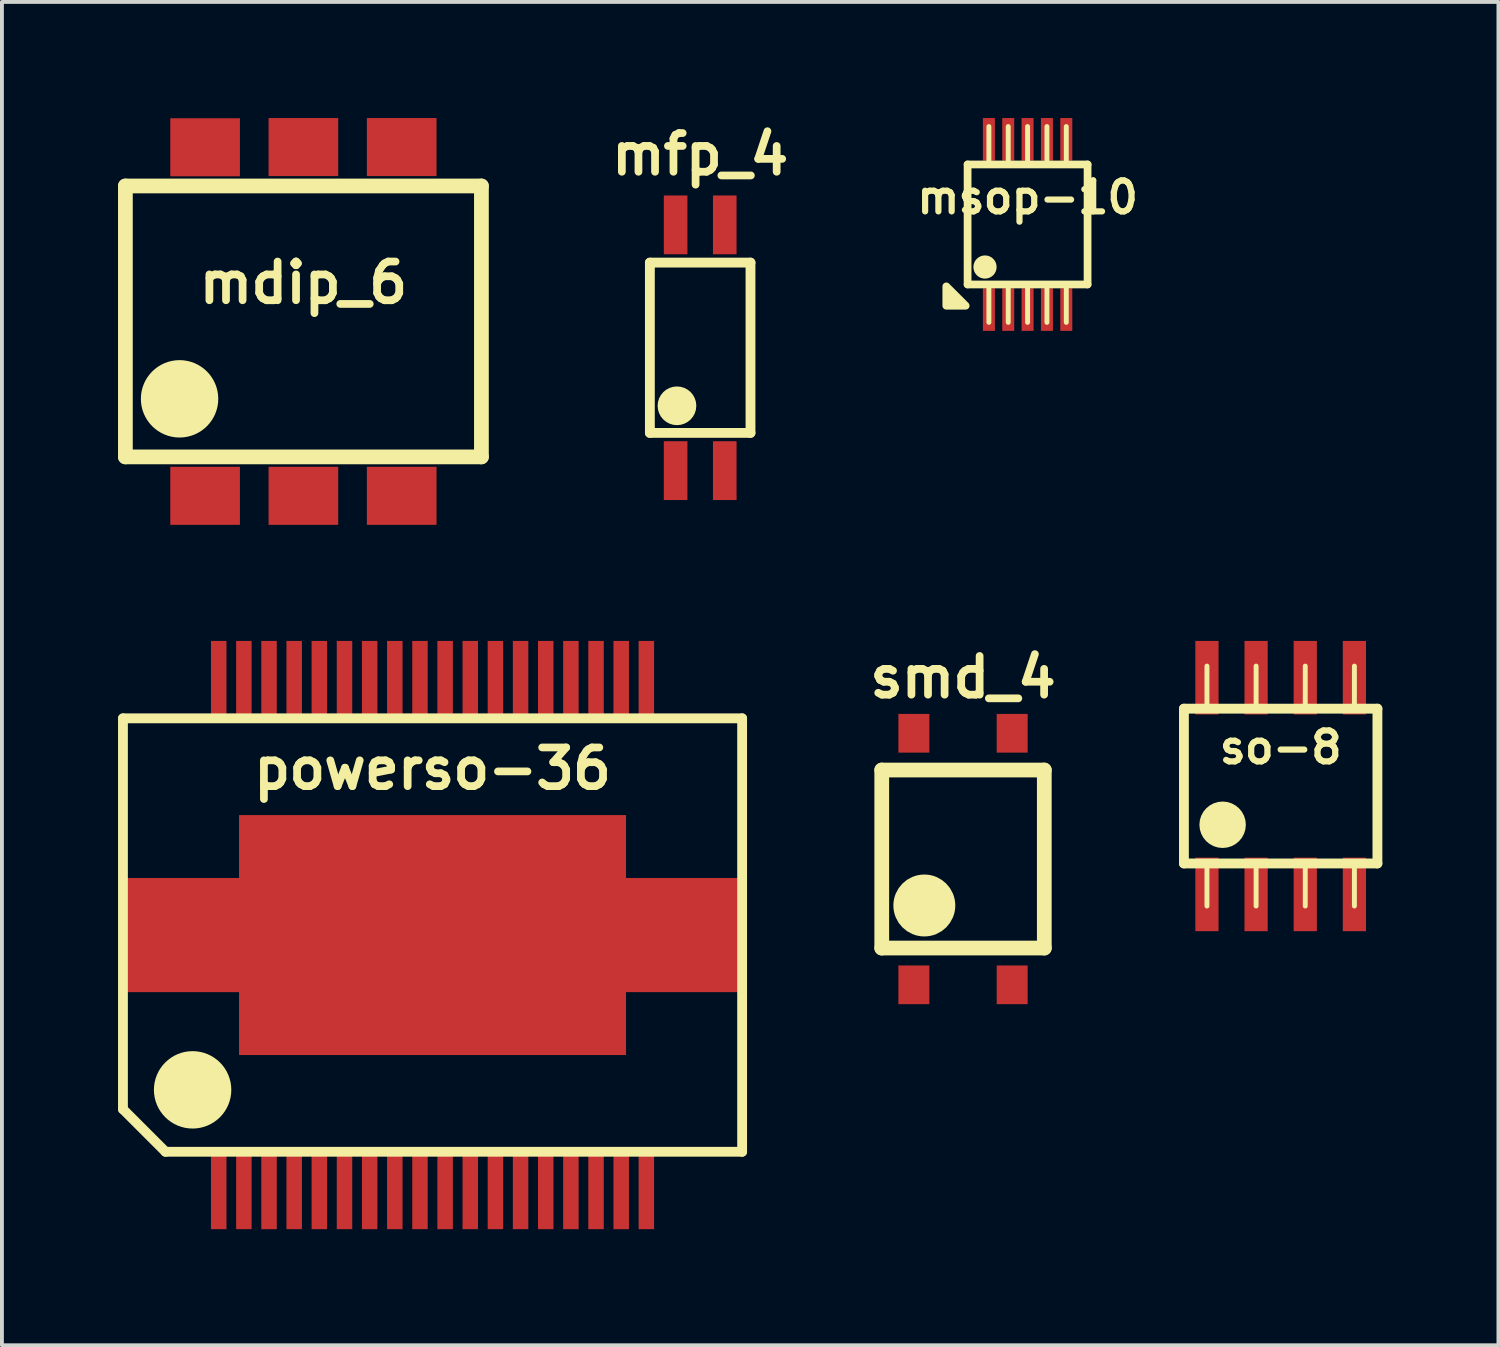
<source format=kicad_pcb>
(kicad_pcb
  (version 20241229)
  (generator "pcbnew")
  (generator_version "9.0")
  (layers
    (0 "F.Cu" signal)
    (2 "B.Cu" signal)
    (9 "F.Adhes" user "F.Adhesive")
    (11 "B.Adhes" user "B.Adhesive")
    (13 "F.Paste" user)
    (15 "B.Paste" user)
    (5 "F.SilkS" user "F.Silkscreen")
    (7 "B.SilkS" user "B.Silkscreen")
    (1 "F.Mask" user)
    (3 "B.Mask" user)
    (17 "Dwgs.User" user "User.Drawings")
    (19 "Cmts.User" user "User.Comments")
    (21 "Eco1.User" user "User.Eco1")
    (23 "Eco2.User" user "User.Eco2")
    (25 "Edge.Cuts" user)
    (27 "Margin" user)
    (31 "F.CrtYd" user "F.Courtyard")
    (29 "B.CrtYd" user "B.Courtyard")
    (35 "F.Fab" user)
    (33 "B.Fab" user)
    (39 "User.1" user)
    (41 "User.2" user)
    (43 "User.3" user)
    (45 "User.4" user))
  (footprint "smd_4"
    (layer "F.Cu")
    (at 21.835 19.148)
    (property "Reference" "smd_4" (at 0 -4.7 0) (layer "F.SilkS") (effects (font (size 1 1) (thickness 0.2))))
    (attr smd)
    (fp_line (start -2.1 -2.3) (end -2.1 2.3) (stroke (width 0.381) (type solid)) (layer "F.SilkS"))
    (fp_line (start -2.1 2.3) (end 2.1 2.3) (stroke (width 0.381) (type solid)) (layer "F.SilkS"))
    (fp_line (start 2.1 -2.3) (end -2.1 -2.3) (stroke (width 0.381) (type solid)) (layer "F.SilkS"))
    (fp_line (start 2.1 2.3) (end 2.1 -2.3) (stroke (width 0.381) (type solid)) (layer "F.SilkS"))
    (fp_circle (center -1 1.2) (end -0.6 1.2) (stroke (width 0.8) (type solid)) (fill no) (layer "F.SilkS"))
    (pad "1" smd rect (at -1.27 3.25) (size 0.8 1) (layers "F.Cu" "F.Mask" "F.Paste"))
    (pad "2" smd rect (at 1.27 3.25) (size 0.8 1) (layers "F.Cu" "F.Mask" "F.Paste"))
    (pad "3" smd rect (at 1.27 -3.25) (size 0.8 1) (layers "F.Cu" "F.Mask" "F.Paste"))
    (pad "4" smd rect (at -1.27 -3.25) (size 0.8 1) (layers "F.Cu" "F.Mask" "F.Paste")))
  (footprint "mdip_6"
    (layer "F.Cu")
    (at 4.79 5.256)
    (property "Reference" "mdip_6" (at 0 -1 0) (layer "F.SilkS") (effects (font (size 1 1) (thickness 0.2))))
    (attr smd)
    (fp_line (start -4.6 -3.5) (end -4.6 3.5) (stroke (width 0.381) (type solid)) (layer "F.SilkS"))
    (fp_line (start -4.6 3.5) (end 4.6 3.5) (stroke (width 0.381) (type solid)) (layer "F.SilkS"))
    (fp_line (start 4.6 -3.5) (end -4.6 -3.5) (stroke (width 0.381) (type solid)) (layer "F.SilkS"))
    (fp_line (start 4.6 3.5) (end 4.6 -3.5) (stroke (width 0.381) (type solid)) (layer "F.SilkS"))
    (fp_circle (center -3.2 2) (end -2.7 2) (stroke (width 1) (type solid)) (fill no) (layer "F.SilkS"))
    (pad "1" smd rect (at -2.54 4.506) (size 1.8 1.5) (layers "F.Cu" "F.Mask" "F.Paste"))
    (pad "2" smd rect (at 0 4.506) (size 1.8 1.5) (layers "F.Cu" "F.Mask" "F.Paste"))
    (pad "3" smd rect (at 2.54 4.506) (size 1.8 1.5) (layers "F.Cu" "F.Mask" "F.Paste"))
    (pad "4" smd rect (at 2.54 -4.506) (size 1.8 1.5) (layers "F.Cu" "F.Mask" "F.Paste"))
    (pad "5" smd rect (at 0 -4.506) (size 1.8 1.5) (layers "F.Cu" "F.Mask" "F.Paste"))
    (pad "6" smd rect (at -2.54 -4.5) (size 1.8 1.5) (layers "F.Cu" "F.Mask" "F.Paste")))
  (footprint "so-8"
    (layer "F.Cu")
    (at 30.043 17.262)
    (property "Reference" "so-8" (at 0 -1 0) (layer "F.SilkS") (effects (font (size 0.8 0.8) (thickness 0.16))))
    (attr smd)
    (fp_line (start -2.5 -2) (end -2.5 2) (stroke (width 0.254) (type solid)) (layer "F.SilkS"))
    (fp_line (start -2.5 2) (end 2.5 2) (stroke (width 0.254) (type solid)) (layer "F.SilkS"))
    (fp_line (start -1.905 -2) (end -1.905 -3.1) (stroke (width 0.127) (type solid)) (layer "F.SilkS"))
    (fp_line (start -1.905 3.1) (end -1.905 2) (stroke (width 0.127) (type solid)) (layer "F.SilkS"))
    (fp_line (start -0.635 -2) (end -0.635 -3.1) (stroke (width 0.127) (type solid)) (layer "F.SilkS"))
    (fp_line (start -0.635 3.1) (end -0.635 2) (stroke (width 0.127) (type solid)) (layer "F.SilkS"))
    (fp_line (start 0.635 -2) (end 0.635 -3.1) (stroke (width 0.127) (type solid)) (layer "F.SilkS"))
    (fp_line (start 0.635 3.1) (end 0.635 2) (stroke (width 0.127) (type solid)) (layer "F.SilkS"))
    (fp_line (start 1.905 -3.1) (end 1.905 -2) (stroke (width 0.127) (type solid)) (layer "F.SilkS"))
    (fp_line (start 1.905 2) (end 1.905 3.1) (stroke (width 0.127) (type solid)) (layer "F.SilkS"))
    (fp_line (start 2.5 -2) (end -2.5 -2) (stroke (width 0.254) (type solid)) (layer "F.SilkS"))
    (fp_line (start 2.5 2) (end 2.5 -2) (stroke (width 0.254) (type solid)) (layer "F.SilkS"))
    (fp_circle (center -1.5 1) (end -1.2 1) (stroke (width 0.6) (type solid)) (fill no) (layer "F.SilkS"))
    (pad "1" smd rect (at -1.905 2.8) (size 0.6 1.9) (layers "F.Cu" "F.Mask" "F.Paste"))
    (pad "2" smd rect (at -0.635 2.8) (size 0.6 1.9) (layers "F.Cu" "F.Mask" "F.Paste"))
    (pad "3" smd rect (at 0.635 2.8) (size 0.6 1.9) (layers "F.Cu" "F.Mask" "F.Paste"))
    (pad "4" smd rect (at 1.905 2.8) (size 0.6 1.9) (layers "F.Cu" "F.Mask" "F.Paste"))
    (pad "5" smd rect (at 1.905 -2.8) (size 0.6 1.9) (layers "F.Cu" "F.Mask" "F.Paste"))
    (pad "6" smd rect (at 0.635 -2.8) (size 0.6 1.9) (layers "F.Cu" "F.Mask" "F.Paste"))
    (pad "7" smd rect (at -0.635 -2.8) (size 0.6 1.9) (layers "F.Cu" "F.Mask" "F.Paste"))
    (pad "8" smd rect (at -1.905 -2.8) (size 0.6 1.9) (layers "F.Cu" "F.Mask" "F.Paste")))
  (footprint "powerso-36"
    (layer "F.Cu")
    (at 8.127 21.112)
    (property "Reference" "powerso-36" (at 0 -4.3 0) (layer "F.SilkS") (effects (font (size 1 1) (thickness 0.2))))
    (attr smd)
    (fp_line (start -8 -5.6) (end 8 -5.6) (stroke (width 0.254) (type solid)) (layer "F.SilkS"))
    (fp_line (start -8 4.5) (end -8 -5.6) (stroke (width 0.254) (type solid)) (layer "F.SilkS"))
    (fp_line (start -6.9 5.6) (end -8 4.5) (stroke (width 0.254) (type solid)) (layer "F.SilkS"))
    (fp_line (start -6.9 5.6) (end 8 5.6) (stroke (width 0.254) (type solid)) (layer "F.SilkS"))
    (fp_line (start 8 -5.6) (end 8 5.6) (stroke (width 0.254) (type solid)) (layer "F.SilkS"))
    (fp_circle (center -6.2 4) (end -5.7 4) (stroke (width 1) (type solid)) (fill no) (layer "F.SilkS"))
    (pad "" smd rect (at -6.4 0) (size 2.7 2.7) (layers "F.Paste"))
    (pad "" smd rect (at -3.7 -1.5) (size 2.3 2.8) (layers "F.Paste"))
    (pad "" smd rect (at -3.7 1.5) (size 2.3 2.8) (layers "F.Paste"))
    (pad "" smd rect (at -1.2 -1.5) (size 2.2 2.8) (layers "F.Paste"))
    (pad "" smd rect (at -1.2 1.5) (size 2.2 2.8) (layers "F.Paste"))
    (pad "" smd rect (at 1.2 -1.5) (size 2.2 2.8) (layers "F.Paste"))
    (pad "" smd rect (at 1.2 1.5) (size 2.2 2.8) (layers "F.Paste"))
    (pad "" smd rect (at 3.7 -1.5) (size 2.3 2.8) (layers "F.Paste"))
    (pad "" smd rect (at 3.7 1.5) (size 2.3 2.8) (layers "F.Paste"))
    (pad "" smd rect (at 6.4 0) (size 2.7 2.7) (layers "F.Paste"))
    (pad "1" smd rect (at -5.525 6.65) (size 0.4 1.9) (layers "F.Cu" "F.Mask" "F.Paste"))
    (pad "2" smd rect (at -4.875 6.65) (size 0.4 1.9) (layers "F.Cu" "F.Mask" "F.Paste"))
    (pad "3" smd rect (at -4.225 6.65) (size 0.4 1.9) (layers "F.Cu" "F.Mask" "F.Paste"))
    (pad "4" smd rect (at -3.575 6.65) (size 0.4 1.9) (layers "F.Cu" "F.Mask" "F.Paste"))
    (pad "5" smd rect (at -2.925 6.65) (size 0.4 1.9) (layers "F.Cu" "F.Mask" "F.Paste"))
    (pad "6" smd rect (at -2.275 6.65) (size 0.4 1.9) (layers "F.Cu" "F.Mask" "F.Paste"))
    (pad "7" smd rect (at -1.625 6.65) (size 0.4 1.9) (layers "F.Cu" "F.Mask" "F.Paste"))
    (pad "8" smd rect (at -0.975 6.65) (size 0.4 1.9) (layers "F.Cu" "F.Mask" "F.Paste"))
    (pad "9" smd rect (at -0.325 6.65) (size 0.4 1.9) (layers "F.Cu" "F.Mask" "F.Paste"))
    (pad "10" smd rect (at 0.325 6.65) (size 0.4 1.9) (layers "F.Cu" "F.Mask" "F.Paste"))
    (pad "11" smd rect (at 0.975 6.65) (size 0.4 1.9) (layers "F.Cu" "F.Mask" "F.Paste"))
    (pad "12" smd rect (at 1.625 6.65) (size 0.4 1.9) (layers "F.Cu" "F.Mask" "F.Paste"))
    (pad "13" smd rect (at 2.275 6.65) (size 0.4 1.9) (layers "F.Cu" "F.Mask" "F.Paste"))
    (pad "14" smd rect (at 2.925 6.65) (size 0.4 1.9) (layers "F.Cu" "F.Mask" "F.Paste"))
    (pad "15" smd rect (at 3.575 6.65) (size 0.4 1.9) (layers "F.Cu" "F.Mask" "F.Paste"))
    (pad "16" smd rect (at 4.225 6.65) (size 0.4 1.9) (layers "F.Cu" "F.Mask" "F.Paste"))
    (pad "17" smd rect (at 4.875 6.65) (size 0.4 1.9) (layers "F.Cu" "F.Mask" "F.Paste"))
    (pad "18" smd rect (at 5.525 6.65) (size 0.4 1.9) (layers "F.Cu" "F.Mask" "F.Paste"))
    (pad "19" smd rect (at 5.525 -6.65) (size 0.4 1.9) (layers "F.Cu" "F.Mask" "F.Paste"))
    (pad "20" smd rect (at 4.875 -6.65) (size 0.4 1.9) (layers "F.Cu" "F.Mask" "F.Paste"))
    (pad "21" smd rect (at 4.225 -6.65) (size 0.4 1.9) (layers "F.Cu" "F.Mask" "F.Paste"))
    (pad "22" smd rect (at 3.575 -6.65) (size 0.4 1.9) (layers "F.Cu" "F.Mask" "F.Paste"))
    (pad "23" smd rect (at 2.925 -6.65) (size 0.4 1.9) (layers "F.Cu" "F.Mask" "F.Paste"))
    (pad "24" smd rect (at 2.275 -6.65) (size 0.4 1.9) (layers "F.Cu" "F.Mask" "F.Paste"))
    (pad "25" smd rect (at 1.625 -6.65) (size 0.4 1.9) (layers "F.Cu" "F.Mask" "F.Paste"))
    (pad "26" smd rect (at 0.975 -6.65) (size 0.4 1.9) (layers "F.Cu" "F.Mask" "F.Paste"))
    (pad "27" smd rect (at 0.325 -6.65) (size 0.4 1.9) (layers "F.Cu" "F.Mask" "F.Paste"))
    (pad "28" smd rect (at -0.325 -6.65) (size 0.4 1.9) (layers "F.Cu" "F.Mask" "F.Paste"))
    (pad "29" smd rect (at -0.975 -6.65) (size 0.4 1.9) (layers "F.Cu" "F.Mask" "F.Paste"))
    (pad "30" smd rect (at -1.625 -6.65) (size 0.4 1.9) (layers "F.Cu" "F.Mask" "F.Paste"))
    (pad "31" smd rect (at -2.275 -6.65) (size 0.4 1.9) (layers "F.Cu" "F.Mask" "F.Paste"))
    (pad "32" smd rect (at -2.925 -6.65) (size 0.4 1.9) (layers "F.Cu" "F.Mask" "F.Paste"))
    (pad "33" smd rect (at -3.575 -6.65) (size 0.4 1.9) (layers "F.Cu" "F.Mask" "F.Paste"))
    (pad "34" smd rect (at -4.225 -6.65) (size 0.4 1.9) (layers "F.Cu" "F.Mask" "F.Paste"))
    (pad "35" smd rect (at -4.875 -6.65) (size 0.4 1.9) (layers "F.Cu" "F.Mask" "F.Paste"))
    (pad "36" smd rect (at -5.525 -6.65) (size 0.4 1.9) (layers "F.Cu" "F.Mask" "F.Paste"))
    (pad "37" smd rect (at 0 0) (size 10 6.2) (layers "F.Cu" "F.Mask"))
    (pad "37" smd rect (at 0 0) (size 16 2.95) (layers "F.Cu" "F.Mask")))
  (footprint "mfp_4"
    (layer "F.Cu")
    (at 15.043 5.936)
    (property "Reference" "mfp_4" (at 0 -5 0) (layer "F.SilkS") (effects (font (size 1 1) (thickness 0.2))))
    (attr smd)
    (fp_line (start -1.3 -2.2) (end -1.3 2.2) (stroke (width 0.254) (type solid)) (layer "F.SilkS"))
    (fp_line (start -1.3 2.2) (end 1.3 2.2) (stroke (width 0.254) (type solid)) (layer "F.SilkS"))
    (fp_line (start 1.3 -2.2) (end -1.3 -2.2) (stroke (width 0.254) (type solid)) (layer "F.SilkS"))
    (fp_line (start 1.3 2.2) (end 1.3 -2.2) (stroke (width 0.254) (type solid)) (layer "F.SilkS"))
    (fp_circle (center -0.6 1.5) (end -0.35 1.5) (stroke (width 0.5) (type solid)) (fill no) (layer "F.SilkS"))
    (pad "1" smd rect (at -0.635 3.175) (size 0.61 1.52) (layers "F.Cu" "F.Mask" "F.Paste"))
    (pad "2" smd rect (at 0.635 3.175) (size 0.61 1.52) (layers "F.Cu" "F.Mask" "F.Paste"))
    (pad "3" smd rect (at 0.635 -3.175) (size 0.61 1.52) (layers "F.Cu" "F.Mask" "F.Paste"))
    (pad "4" smd rect (at -0.635 -3.175) (size 0.61 1.52) (layers "F.Cu" "F.Mask" "F.Paste")))
  (footprint "msop-10"
    (layer "F.Cu")
    (at 23.503 2.75)
    (property "Reference" "msop-10" (at 0 -0.7 0) (layer "F.SilkS") (effects (font (size 0.8 0.8) (thickness 0.16))))
    (attr smd)
    (fp_line (start -1.55 -1.55) (end -1.55 1.55) (stroke (width 0.2) (type solid)) (layer "F.SilkS"))
    (fp_line (start -1.55 -1.55) (end 1.55 -1.55) (stroke (width 0.2) (type solid)) (layer "F.SilkS"))
    (fp_line (start -1.55 1.55) (end 1.55 1.55) (stroke (width 0.2) (type solid)) (layer "F.SilkS"))
    (fp_line (start -1 -2.53) (end -1 -1.55) (stroke (width 0.127) (type solid)) (layer "F.SilkS"))
    (fp_line (start -1 2.53) (end -1 1.55) (stroke (width 0.127) (type solid)) (layer "F.SilkS"))
    (fp_line (start -0.5 -2.53) (end -0.5 -1.55) (stroke (width 0.127) (type solid)) (layer "F.SilkS"))
    (fp_line (start -0.5 2.53) (end -0.5 1.55) (stroke (width 0.127) (type solid)) (layer "F.SilkS"))
    (fp_line (start 0 -2.53) (end 0 -1.55) (stroke (width 0.127) (type solid)) (layer "F.SilkS"))
    (fp_line (start 0 2.53) (end 0 1.55) (stroke (width 0.127) (type solid)) (layer "F.SilkS"))
    (fp_line (start 0.5 -2.53) (end 0.5 -1.55) (stroke (width 0.127) (type solid)) (layer "F.SilkS"))
    (fp_line (start 0.5 2.53) (end 0.5 1.55) (stroke (width 0.127) (type solid)) (layer "F.SilkS"))
    (fp_line (start 1 -2.53) (end 1 -1.55) (stroke (width 0.127) (type solid)) (layer "F.SilkS"))
    (fp_line (start 1 2.53) (end 1 1.55) (stroke (width 0.127) (type solid)) (layer "F.SilkS"))
    (fp_line (start 1.55 1.55) (end 1.55 -1.55) (stroke (width 0.2) (type solid)) (layer "F.SilkS"))
    (fp_circle (center -1.1 1.1) (end -0.95 1.1) (stroke (width 0.3) (type solid)) (fill no) (layer "F.SilkS"))
    (fp_poly (pts (xy -1.6 2.1) (xy -2.1 2.1) (xy -2.1 1.6)) (stroke (width 0.2) (type solid)) (fill yes) (layer "F.SilkS"))
    (pad "1" smd rect (at -1 2.2) (size 0.31 1.1) (layers "F.Cu" "F.Mask" "F.Paste"))
    (pad "2" smd rect (at -0.5 2.2) (size 0.31 1.1) (layers "F.Cu" "F.Mask" "F.Paste"))
    (pad "3" smd rect (at 0 2.2) (size 0.31 1.1) (layers "F.Cu" "F.Mask" "F.Paste"))
    (pad "4" smd rect (at 0.5 2.2) (size 0.31 1.1) (layers "F.Cu" "F.Mask" "F.Paste"))
    (pad "5" smd rect (at 1 2.2) (size 0.31 1.1) (layers "F.Cu" "F.Mask" "F.Paste"))
    (pad "6" smd rect (at 1 -2.2) (size 0.31 1.1) (layers "F.Cu" "F.Mask" "F.Paste"))
    (pad "7" smd rect (at 0.5 -2.2) (size 0.31 1.1) (layers "F.Cu" "F.Mask" "F.Paste"))
    (pad "8" smd rect (at 0 -2.2) (size 0.31 1.1) (layers "F.Cu" "F.Mask" "F.Paste"))
    (pad "9" smd rect (at -0.5 -2.2) (size 0.31 1.1) (layers "F.Cu" "F.Mask" "F.Paste"))
    (pad "10" smd rect (at -1 -2.2) (size 0.31 1.1) (layers "F.Cu" "F.Mask" "F.Paste")))
  (gr_rect
    (start -3 -3)
    (end 35.67 31.712)
    (stroke (width 0.1) (type default))
    (fill no)
    (layer "Edge.Cuts")))
</source>
